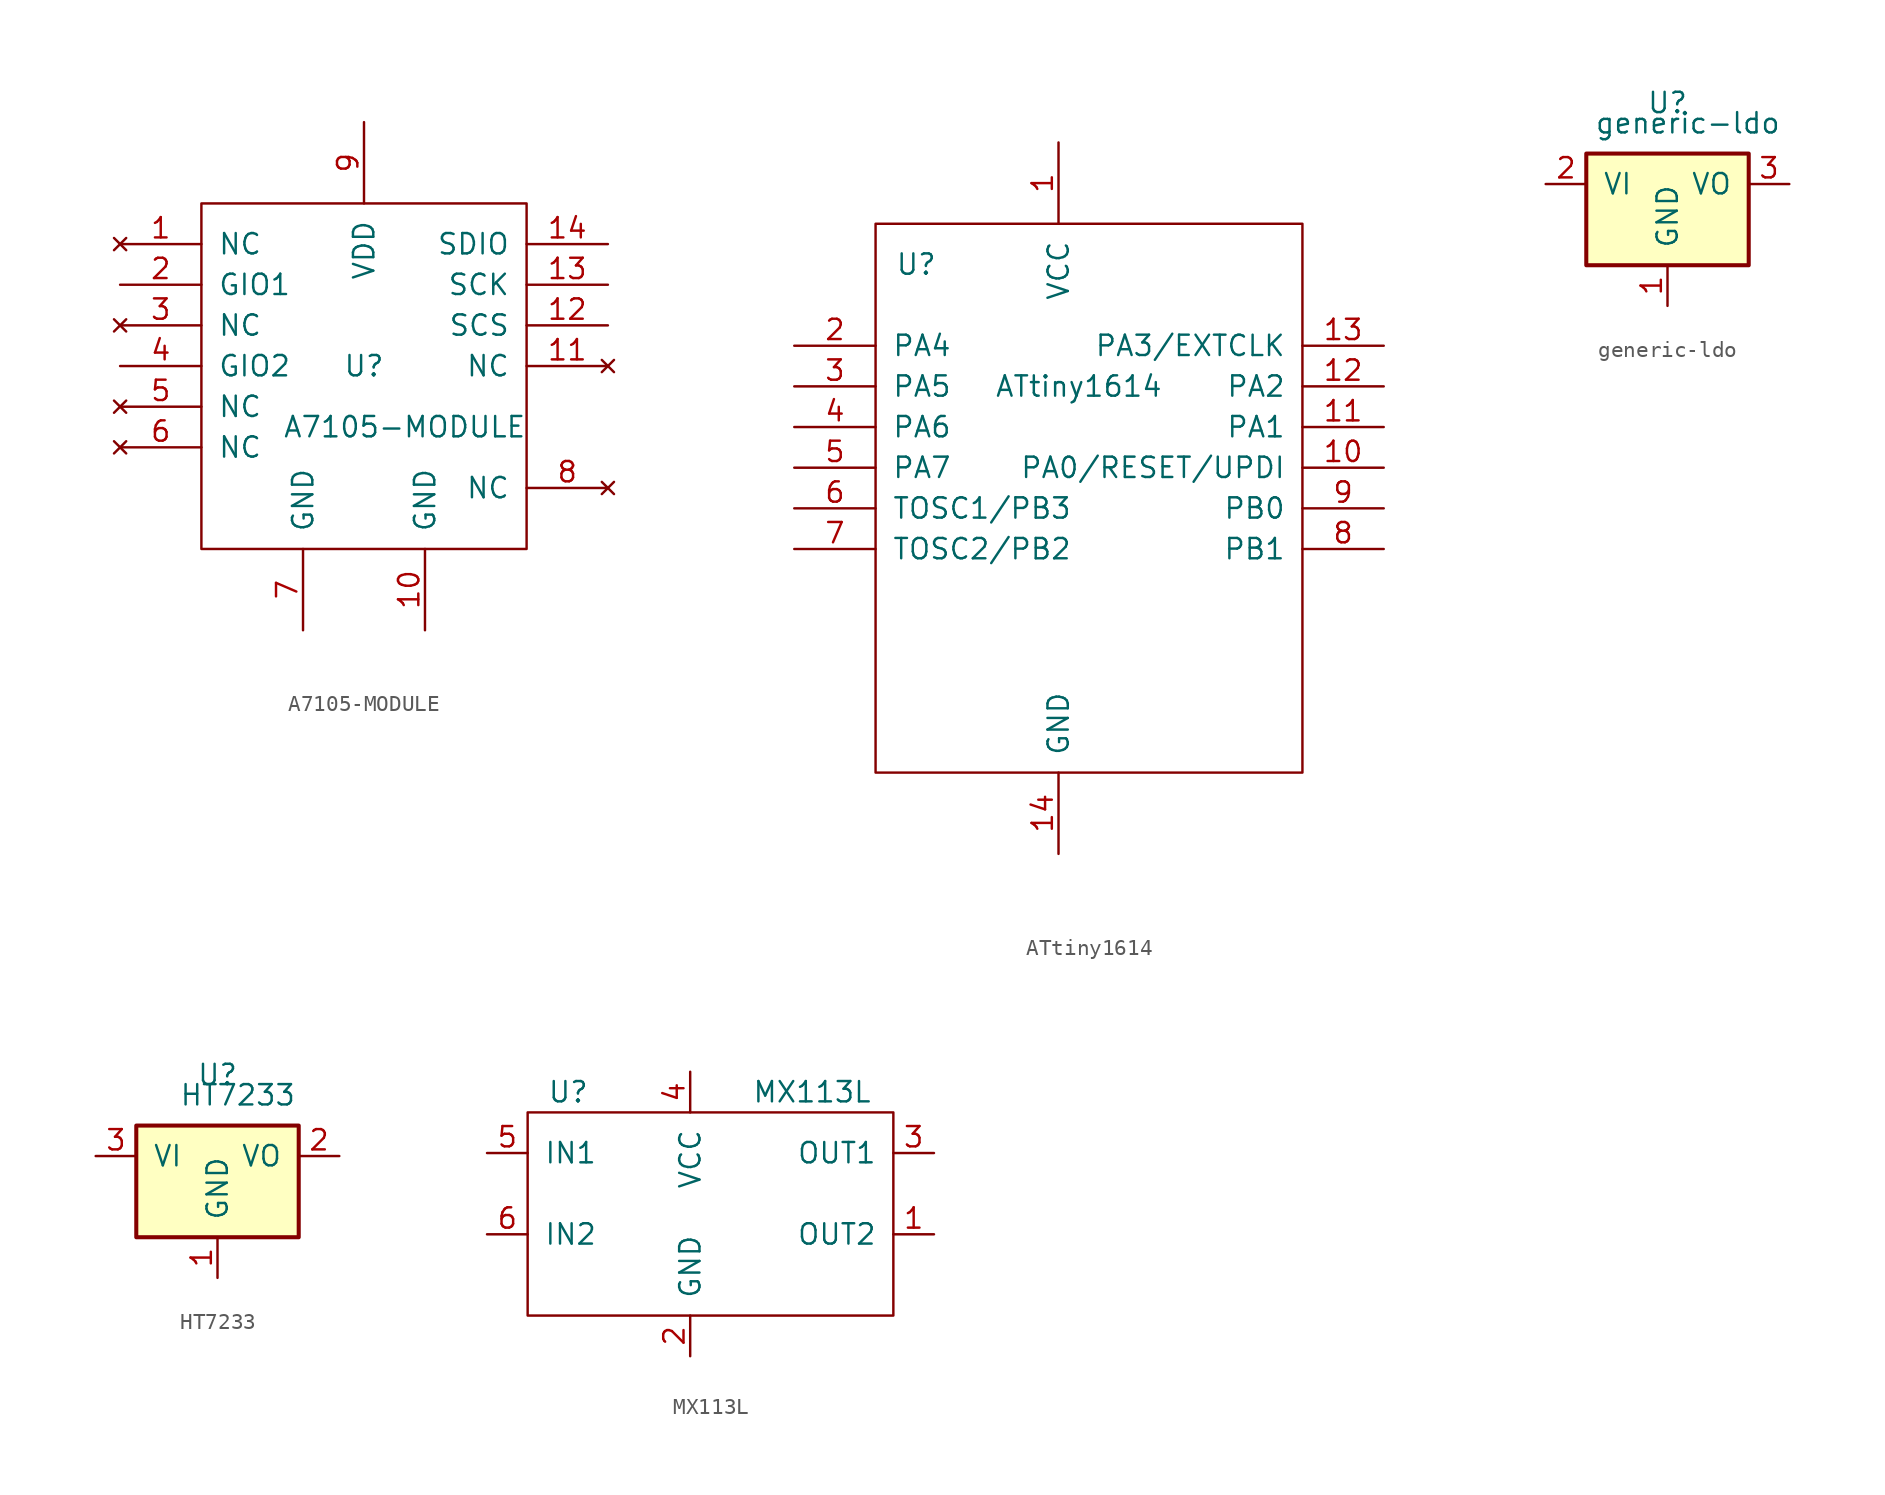
<source format=kicad_sym>
(kicad_symbol_lib
  (version 20201005)
  (generator kicad_symbol_editor)
  (symbol "A7105-MODULE"
    (pin_names
      (offset 1.016))
    (property "Reference" "U"
      (at 0 0 0)
      (effects (font (size 1.27 1.27))))
    (property "Value" "A7105-MODULE"
      (at 2.54 -3.81 0)
      (effects (font (size 1.27 1.27))))
    (symbol "A7105-MODULE_0_1"
      (rectangle (start -10.16 10.16) (end 10.16 -11.43) (stroke (width 0)) (fill (type none))))
    (symbol "A7105-MODULE_1_1"
      (pin unconnected line (at -15.24 7.62 0) (length 5.08) (name "NC" (effects (font (size 1.27 1.27)))) (number "1" (effects (font (size 1.27 1.27)))))
      (pin power_in line (at 3.81 -16.51 90) (length 5.08) (name "GND" (effects (font (size 1.27 1.27)))) (number "10" (effects (font (size 1.27 1.27)))))
      (pin unconnected line (at 15.24 0 180) (length 5.08) (name "NC" (effects (font (size 1.27 1.27)))) (number "11" (effects (font (size 1.27 1.27)))))
      (pin input line (at 15.24 2.54 180) (length 5.08) (name "SCS" (effects (font (size 1.27 1.27)))) (number "12" (effects (font (size 1.27 1.27)))))
      (pin input line (at 15.24 5.08 180) (length 5.08) (name "SCK" (effects (font (size 1.27 1.27)))) (number "13" (effects (font (size 1.27 1.27)))))
      (pin bidirectional line (at 15.24 7.62 180) (length 5.08) (name "SDIO" (effects (font (size 1.27 1.27)))) (number "14" (effects (font (size 1.27 1.27)))))
      (pin bidirectional line (at -15.24 5.08 0) (length 5.08) (name "GIO1" (effects (font (size 1.27 1.27)))) (number "2" (effects (font (size 1.27 1.27)))))
      (pin unconnected line (at -15.24 2.54 0) (length 5.08) (name "NC" (effects (font (size 1.27 1.27)))) (number "3" (effects (font (size 1.27 1.27)))))
      (pin bidirectional line (at -15.24 0 0) (length 5.08) (name "GIO2" (effects (font (size 1.27 1.27)))) (number "4" (effects (font (size 1.27 1.27)))))
      (pin unconnected line (at -15.24 -2.54 0) (length 5.08) (name "NC" (effects (font (size 1.27 1.27)))) (number "5" (effects (font (size 1.27 1.27)))))
      (pin unconnected line (at -15.24 -5.08 0) (length 5.08) (name "NC" (effects (font (size 1.27 1.27)))) (number "6" (effects (font (size 1.27 1.27)))))
      (pin power_in line (at -3.81 -16.51 90) (length 5.08) (name "GND" (effects (font (size 1.27 1.27)))) (number "7" (effects (font (size 1.27 1.27)))))
      (pin unconnected line (at 15.24 -7.62 180) (length 5.08) (name "NC" (effects (font (size 1.27 1.27)))) (number "8" (effects (font (size 1.27 1.27)))))
      (pin power_in line (at 0 15.24 270) (length 5.08) (name "VDD" (effects (font (size 1.27 1.27)))) (number "9" (effects (font (size 1.27 1.27)))))))
  (symbol "ATtiny1614"
    (pin_names
      (offset 1.016))
    (property "Reference" "U"
      (at -8.89 11.43 0)
      (effects (font (size 1.27 1.27))))
    (property "Value" "ATtiny1614"
      (at 1.27 3.81 0)
      (effects (font (size 1.27 1.27))))
    (symbol "ATtiny1614_0_1"
      (rectangle (start -11.43 13.97) (end 15.24 -20.32) (stroke (width 0)) (fill (type none))))
    (symbol "ATtiny1614_1_1"
      (pin power_in line (at 0 19.05 270) (length 5.08) (name "VCC" (effects (font (size 1.27 1.27)))) (number "1" (effects (font (size 1.27 1.27)))))
      (pin bidirectional line (at 20.32 -1.27 180) (length 5.08) (name "PA0/RESET/UPDI" (effects (font (size 1.27 1.27)))) (number "10" (effects (font (size 1.27 1.27)))))
      (pin bidirectional line (at 20.32 1.27 180) (length 5.08) (name "PA1" (effects (font (size 1.27 1.27)))) (number "11" (effects (font (size 1.27 1.27)))))
      (pin bidirectional line (at 20.32 3.81 180) (length 5.08) (name "PA2" (effects (font (size 1.27 1.27)))) (number "12" (effects (font (size 1.27 1.27)))))
      (pin bidirectional line (at 20.32 6.35 180) (length 5.08) (name "PA3/EXTCLK" (effects (font (size 1.27 1.27)))) (number "13" (effects (font (size 1.27 1.27)))))
      (pin power_in line (at 0 -25.4 90) (length 5.08) (name "GND" (effects (font (size 1.27 1.27)))) (number "14" (effects (font (size 1.27 1.27)))))
      (pin bidirectional line (at -16.51 6.35 0) (length 5.08) (name "PA4" (effects (font (size 1.27 1.27)))) (number "2" (effects (font (size 1.27 1.27)))))
      (pin bidirectional line (at -16.51 3.81 0) (length 5.08) (name "PA5" (effects (font (size 1.27 1.27)))) (number "3" (effects (font (size 1.27 1.27)))))
      (pin bidirectional line (at -16.51 1.27 0) (length 5.08) (name "PA6" (effects (font (size 1.27 1.27)))) (number "4" (effects (font (size 1.27 1.27)))))
      (pin bidirectional line (at -16.51 -1.27 0) (length 5.08) (name "PA7" (effects (font (size 1.27 1.27)))) (number "5" (effects (font (size 1.27 1.27)))))
      (pin bidirectional line (at -16.51 -3.81 0) (length 5.08) (name "TOSC1/PB3" (effects (font (size 1.27 1.27)))) (number "6" (effects (font (size 1.27 1.27)))))
      (pin bidirectional line (at -16.51 -6.35 0) (length 5.08) (name "TOSC2/PB2" (effects (font (size 1.27 1.27)))) (number "7" (effects (font (size 1.27 1.27)))))
      (pin bidirectional line (at 20.32 -6.35 180) (length 5.08) (name "PB1" (effects (font (size 1.27 1.27)))) (number "8" (effects (font (size 1.27 1.27)))))
      (pin bidirectional line (at 20.32 -3.81 180) (length 5.08) (name "PB0" (effects (font (size 1.27 1.27)))) (number "9" (effects (font (size 1.27 1.27)))))))
  (symbol "generic-ldo"
    (pin_names
      (offset 1.016))
    (property "Reference" "U"
      (at 0 1.27 0)
      (effects (font (size 1.27 1.27))))
    (property "Value" "generic-ldo"
      (at 1.27 0 0)
      (effects (font (size 1.27 1.27))))
    (symbol "generic-ldo_1_1"
      (rectangle (start -5.08 -8.89) (end 5.08 -1.905) (stroke (width 0.254)) (fill (type background)))
      (pin power_in line (at 0 -11.43 90) (length 2.54) (name "GND" (effects (font (size 1.27 1.27)))) (number "1" (effects (font (size 1.27 1.27)))))
      (pin power_in line (at -7.62 -3.81 0) (length 2.54) (name "VI" (effects (font (size 1.27 1.27)))) (number "2" (effects (font (size 1.27 1.27)))))
      (pin power_out line (at 7.62 -3.81 180) (length 2.54) (name "VO" (effects (font (size 1.27 1.27)))) (number "3" (effects (font (size 1.27 1.27)))))))
  (symbol "HT7233"
    (pin_names
      (offset 1.016))
    (property "Reference" "U"
      (at 0 1.27 0)
      (effects (font (size 1.27 1.27))))
    (property "Value" "HT7233"
      (at 1.27 0 0)
      (effects (font (size 1.27 1.27))))
    (symbol "HT7233_1_1"
      (rectangle (start -5.08 -8.89) (end 5.08 -1.905) (stroke (width 0.254)) (fill (type background)))
      (pin power_in line (at 0 -11.43 90) (length 2.54) (name "GND" (effects (font (size 1.27 1.27)))) (number "1" (effects (font (size 1.27 1.27)))))
      (pin power_out line (at 7.62 -3.81 180) (length 2.54) (name "VO" (effects (font (size 1.27 1.27)))) (number "2" (effects (font (size 1.27 1.27)))))
      (pin power_in line (at -7.62 -3.81 0) (length 2.54) (name "VI" (effects (font (size 1.27 1.27)))) (number "3" (effects (font (size 1.27 1.27)))))))
  (symbol "MX113L"
    (pin_names
      (offset 1.016))
    (property "Reference" "U"
      (at -7.62 0 0)
      (effects (font (size 1.27 1.27))))
    (property "Value" "MX113L"
      (at 7.62 0 0)
      (effects (font (size 1.27 1.27))))
    (symbol "MX113L_0_1"
      (rectangle (start -10.16 -1.27) (end 12.7 -13.97) (stroke (width 0)) (fill (type none))))
    (symbol "MX113L_1_1"
      (pin output line (at 15.24 -8.89 180) (length 2.54) (name "OUT2" (effects (font (size 1.27 1.27)))) (number "1" (effects (font (size 1.27 1.27)))))
      (pin power_in line (at 0 -16.51 90) (length 2.54) (name "GND" (effects (font (size 1.27 1.27)))) (number "2" (effects (font (size 1.27 1.27)))))
      (pin output line (at 15.24 -3.81 180) (length 2.54) (name "OUT1" (effects (font (size 1.27 1.27)))) (number "3" (effects (font (size 1.27 1.27)))))
      (pin power_in line (at 0 1.27 270) (length 2.54) (name "VCC" (effects (font (size 1.27 1.27)))) (number "4" (effects (font (size 1.27 1.27)))))
      (pin input line (at -12.7 -3.81 0) (length 2.54) (name "IN1" (effects (font (size 1.27 1.27)))) (number "5" (effects (font (size 1.27 1.27)))))
      (pin input line (at -12.7 -8.89 0) (length 2.54) (name "IN2" (effects (font (size 1.27 1.27)))) (number "6" (effects (font (size 1.27 1.27))))))))
</source>
